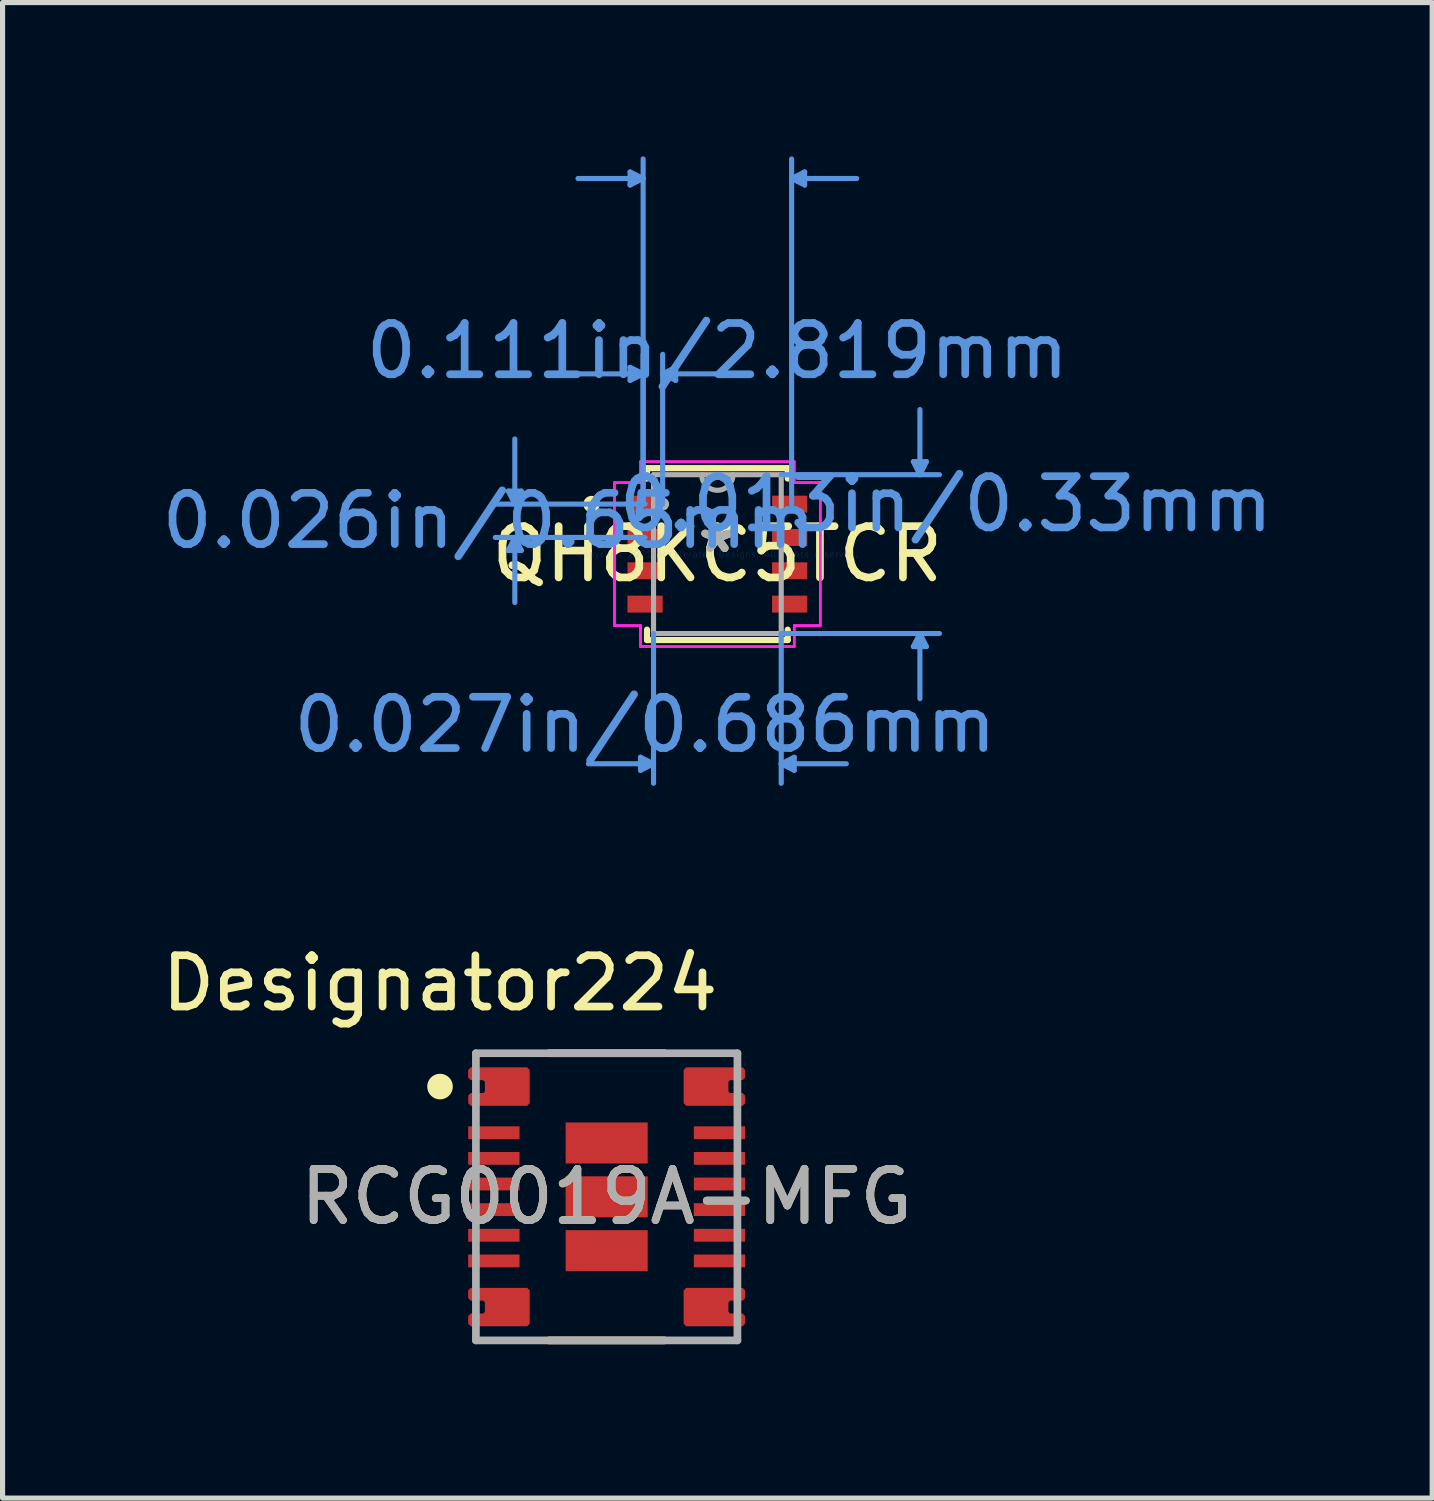
<source format=kicad_pcb>
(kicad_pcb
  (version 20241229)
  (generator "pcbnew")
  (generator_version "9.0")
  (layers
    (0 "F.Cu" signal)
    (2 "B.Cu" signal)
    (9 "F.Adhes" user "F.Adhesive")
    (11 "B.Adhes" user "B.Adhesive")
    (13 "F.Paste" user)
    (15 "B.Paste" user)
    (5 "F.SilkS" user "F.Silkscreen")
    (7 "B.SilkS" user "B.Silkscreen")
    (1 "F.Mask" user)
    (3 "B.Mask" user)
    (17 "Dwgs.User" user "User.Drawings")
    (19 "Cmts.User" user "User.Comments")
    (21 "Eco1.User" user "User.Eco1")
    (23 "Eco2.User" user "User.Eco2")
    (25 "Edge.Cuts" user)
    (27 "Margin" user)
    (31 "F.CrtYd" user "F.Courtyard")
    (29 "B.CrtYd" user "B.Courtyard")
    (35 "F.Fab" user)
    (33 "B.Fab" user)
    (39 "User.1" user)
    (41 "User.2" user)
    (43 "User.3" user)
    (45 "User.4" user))
  (footprint "RCG0019A-MFG"
    (layer "F.Cu")
    (at 8.781 20.29)
    (property "Reference" "RCG0019A-MFG" (at 0 0 0) (unlocked yes) (layer "F.SilkS") (effects (font (size 1 1) (thickness 0.15))))
    (attr smd)
    (fp_poly (pts (xy -2.65 -1.775) (xy -2.7 -1.825) (xy -2.7 -1.975) (xy -2.65 -2.025) (xy -2.402 -2.025) (xy -2.375 -2.059) (xy -2.375 -2.242) (xy -2.408 -2.275) (xy -2.651 -2.275) (xy -2.701 -2.325) (xy -2.701 -2.475) (xy -2.651 -2.525) (xy -1.551 -2.525) (xy -1.501 -2.475) (xy -1.501 -1.825) (xy -1.551 -1.775)) (stroke (width 0) (type solid)) (fill yes) (layer "F.Cu"))
    (fp_poly (pts (xy -2.65 2.525) (xy -2.7 2.475) (xy -2.7 2.325) (xy -2.65 2.275) (xy -2.402 2.275) (xy -2.375 2.241) (xy -2.375 2.058) (xy -2.408 2.025) (xy -2.651 2.025) (xy -2.701 1.975) (xy -2.701 1.825) (xy -2.651 1.775) (xy -1.551 1.775) (xy -1.501 1.825) (xy -1.501 2.475) (xy -1.551 2.525)) (stroke (width 0) (type solid)) (fill yes) (layer "F.Cu"))
    (fp_poly (pts (xy 2.65 -1.775) (xy 2.7 -1.825) (xy 2.7 -1.975) (xy 2.65 -2.025) (xy 2.402 -2.025) (xy 2.375 -2.059) (xy 2.375 -2.242) (xy 2.408 -2.275) (xy 2.651 -2.275) (xy 2.701 -2.325) (xy 2.701 -2.475) (xy 2.651 -2.525) (xy 1.551 -2.525) (xy 1.501 -2.475) (xy 1.501 -1.825) (xy 1.551 -1.775)) (stroke (width 0) (type solid)) (fill yes) (layer "F.Cu"))
    (fp_poly (pts (xy 2.65 2.525) (xy 2.7 2.475) (xy 2.7 2.325) (xy 2.65 2.275) (xy 2.402 2.275) (xy 2.375 2.241) (xy 2.375 2.058) (xy 2.408 2.025) (xy 2.651 2.025) (xy 2.701 1.975) (xy 2.701 1.825) (xy 2.651 1.775) (xy 1.551 1.775) (xy 1.501 1.825) (xy 1.501 2.475) (xy 1.551 2.525)) (stroke (width 0) (type solid)) (fill yes) (layer "F.Cu"))
    (fp_poly (pts (xy -2.65 -1.775) (xy -2.7 -1.825) (xy -2.7 -1.975) (xy -2.65 -2.025) (xy -2.402 -2.025) (xy -2.375 -2.059) (xy -2.375 -2.242) (xy -2.408 -2.275) (xy -2.651 -2.275) (xy -2.701 -2.325) (xy -2.701 -2.475) (xy -2.651 -2.525) (xy -1.551 -2.525) (xy -1.501 -2.475) (xy -1.501 -1.825) (xy -1.551 -1.775)) (stroke (width 0) (type solid)) (fill yes) (layer "F.Mask"))
    (fp_poly (pts (xy -2.65 2.525) (xy -2.7 2.475) (xy -2.7 2.325) (xy -2.65 2.275) (xy -2.402 2.275) (xy -2.375 2.241) (xy -2.375 2.058) (xy -2.408 2.025) (xy -2.651 2.025) (xy -2.701 1.975) (xy -2.701 1.825) (xy -2.651 1.775) (xy -1.551 1.775) (xy -1.501 1.825) (xy -1.501 2.475) (xy -1.551 2.525)) (stroke (width 0) (type solid)) (fill yes) (layer "F.Mask"))
    (fp_poly (pts (xy 2.65 -1.775) (xy 2.7 -1.825) (xy 2.7 -1.975) (xy 2.65 -2.025) (xy 2.402 -2.025) (xy 2.375 -2.059) (xy 2.375 -2.242) (xy 2.408 -2.275) (xy 2.651 -2.275) (xy 2.701 -2.325) (xy 2.701 -2.475) (xy 2.651 -2.525) (xy 1.551 -2.525) (xy 1.501 -2.475) (xy 1.501 -1.825) (xy 1.551 -1.775)) (stroke (width 0) (type solid)) (fill yes) (layer "F.Mask"))
    (fp_poly (pts (xy 2.65 2.525) (xy 2.7 2.475) (xy 2.7 2.325) (xy 2.65 2.275) (xy 2.402 2.275) (xy 2.375 2.241) (xy 2.375 2.058) (xy 2.408 2.025) (xy 2.651 2.025) (xy 2.701 1.975) (xy 2.701 1.825) (xy 2.651 1.775) (xy 1.551 1.775) (xy 1.501 1.825) (xy 1.501 2.475) (xy 1.551 2.525)) (stroke (width 0) (type solid)) (fill yes) (layer "F.Mask"))
    (fp_line (start -1.126 -2.8) (end 1.126 -2.8) (stroke (width 0.15) (type solid)) (layer "F.SilkS"))
    (fp_line (start -1.126 2.8) (end 1.126 2.8) (stroke (width 0.15) (type solid)) (layer "F.SilkS"))
    (fp_circle (center -3.25 -2.15) (end -3.125 -2.15) (stroke (width 0.25) (type solid)) (fill no) (layer "F.SilkS"))
    (fp_poly (pts (xy -0.685 0.38) (xy -0.735 0.33) (xy -0.735 -0.33) (xy -0.685 -0.38) (xy 0.685 -0.38) (xy 0.735 -0.33) (xy 0.735 0.33) (xy 0.685 0.38)) (stroke (width 0) (type solid)) (fill yes) (layer "F.Paste"))
    (fp_poly (pts (xy 0.685 0.67) (xy 0.735 0.72) (xy 0.735 1.38) (xy 0.685 1.43) (xy -0.685 1.43) (xy -0.735 1.38) (xy -0.735 0.72) (xy -0.685 0.67)) (stroke (width 0) (type solid)) (fill yes) (layer "F.Paste"))
    (fp_poly (pts (xy 0.735 -0.72) (xy 0.685 -0.67) (xy -0.685 -0.67) (xy -0.735 -0.72) (xy -0.735 -1.38) (xy -0.685 -1.43) (xy 0.685 -1.43) (xy 0.735 -1.38)) (stroke (width 0) (type solid)) (fill yes) (layer "F.Paste"))
    (fp_poly (pts (xy -2.65 -1.775) (xy -2.7 -1.825) (xy -2.7 -1.975) (xy -2.65 -2.025) (xy -2.077 -2.025) (xy -2.05 -2.059) (xy -2.05 -2.242) (xy -2.083 -2.275) (xy -2.651 -2.275) (xy -2.701 -2.325) (xy -2.701 -2.475) (xy -2.651 -2.525) (xy -1.551 -2.525) (xy -1.501 -2.475) (xy -1.501 -1.825) (xy -1.551 -1.775)) (stroke (width 0) (type solid)) (fill yes) (layer "F.Paste"))
    (fp_poly (pts (xy -2.65 2.525) (xy -2.7 2.475) (xy -2.7 2.325) (xy -2.65 2.275) (xy -2.077 2.275) (xy -2.05 2.241) (xy -2.05 2.058) (xy -2.083 2.025) (xy -2.651 2.025) (xy -2.701 1.975) (xy -2.701 1.825) (xy -2.651 1.775) (xy -1.551 1.775) (xy -1.501 1.825) (xy -1.501 2.475) (xy -1.551 2.525)) (stroke (width 0) (type solid)) (fill yes) (layer "F.Paste"))
    (fp_poly (pts (xy 2.65 -1.775) (xy 2.7 -1.825) (xy 2.7 -1.975) (xy 2.65 -2.025) (xy 2.077 -2.025) (xy 2.05 -2.059) (xy 2.05 -2.242) (xy 2.083 -2.275) (xy 2.651 -2.275) (xy 2.701 -2.325) (xy 2.701 -2.475) (xy 2.651 -2.525) (xy 1.551 -2.525) (xy 1.501 -2.475) (xy 1.501 -1.825) (xy 1.551 -1.775)) (stroke (width 0) (type solid)) (fill yes) (layer "F.Paste"))
    (fp_poly (pts (xy 2.65 2.525) (xy 2.7 2.475) (xy 2.7 2.325) (xy 2.65 2.275) (xy 2.077 2.275) (xy 2.05 2.241) (xy 2.05 2.058) (xy 2.083 2.025) (xy 2.651 2.025) (xy 2.701 1.975) (xy 2.701 1.825) (xy 2.651 1.775) (xy 1.551 1.775) (xy 1.501 1.825) (xy 1.501 2.475) (xy 1.551 2.525)) (stroke (width 0) (type solid)) (fill yes) (layer "F.Paste"))
    (fp_line (start -2.55 -2.8) (end 2.55 -2.8) (stroke (width 0.15) (type solid)) (layer "F.Fab"))
    (fp_line (start -2.55 2.8) (end -2.55 -2.8) (stroke (width 0.15) (type solid)) (layer "F.Fab"))
    (fp_line (start -2.55 2.8) (end 2.55 2.8) (stroke (width 0.15) (type solid)) (layer "F.Fab"))
    (fp_line (start 2.55 2.8) (end 2.55 -2.8) (stroke (width 0.15) (type solid)) (layer "F.Fab"))
    (fp_text user "Designator224" (at -3.251 -4.166 0) (unlocked yes) (layer "F.SilkS") (effects (font (size 1 1) (thickness 0.15))))
    (fp_text user "${REFERENCE}" (at 0 0 0) (unlocked yes) (layer "F.Fab") (effects (font (size 1 1) (thickness 0.15))))
    (pad "1" smd circle (at -2.057 -2.15) (size 0.573 0.573) (layers "F.Cu" "F.Mask"))
    (pad "2" smd rect (at -2.2 -1.25) (size 1 0.25) (layers "F.Cu" "F.Mask" "F.Paste"))
    (pad "3" smd rect (at -2.2 -0.75) (size 1 0.25) (layers "F.Cu" "F.Mask" "F.Paste"))
    (pad "4" smd rect (at -2.2 -0.25) (size 1 0.25) (layers "F.Cu" "F.Mask" "F.Paste"))
    (pad "5" smd rect (at -2.2 0.25) (size 1 0.25) (layers "F.Cu" "F.Mask" "F.Paste"))
    (pad "6" smd rect (at -2.2 0.75) (size 1 0.25) (layers "F.Cu" "F.Mask" "F.Paste"))
    (pad "7" smd rect (at -2.2 1.25) (size 1 0.25) (layers "F.Cu" "F.Mask" "F.Paste"))
    (pad "8" smd circle (at -2.057 2.15) (size 0.573 0.573) (layers "F.Cu" "F.Mask"))
    (pad "9" smd circle (at 1.876 2.15) (size 0.675 0.675) (layers "F.Cu" "F.Mask"))
    (pad "10" smd rect (at 2.2 1.25) (size 1 0.25) (layers "F.Cu" "F.Mask" "F.Paste"))
    (pad "11" smd rect (at 2.2 0.75) (size 1 0.25) (layers "F.Cu" "F.Mask" "F.Paste"))
    (pad "12" smd rect (at 2.2 0.25) (size 1 0.25) (layers "F.Cu" "F.Mask" "F.Paste"))
    (pad "13" smd rect (at 2.2 -0.25) (size 1 0.25) (layers "F.Cu" "F.Mask" "F.Paste"))
    (pad "14" smd rect (at 2.2 -0.75) (size 1 0.25) (layers "F.Cu" "F.Mask" "F.Paste"))
    (pad "15" smd rect (at 2.2 -1.25) (size 1 0.25) (layers "F.Cu" "F.Mask" "F.Paste"))
    (pad "16" smd circle (at 1.876 -2.15) (size 0.675 0.675) (layers "F.Cu" "F.Mask"))
    (pad "17" smd rect (at 0 -1.05) (size 1.6 0.8) (layers "F.Cu" "F.Mask"))
    (pad "18" smd rect (at 0 0) (size 1.6 0.8) (layers "F.Cu" "F.Mask"))
    (pad "19" smd rect (at 0 1.05) (size 1.6 0.8) (layers "F.Cu" "F.Mask")))
  (footprint "QH8KC5TCR"
    (layer "F.Cu")
    (at 10.94 7.756)
    (property "Reference" "QH8KC5TCR" (at 0 0 0) (layer "F.SilkS") (effects (font (size 1 1) (thickness 0.15))))
    (attr smd)
    (fp_line (start -1.372 -1.676) (end -1.372 -1.473) (stroke (width 0.12) (type solid)) (layer "F.SilkS"))
    (fp_line (start -1.372 1.473) (end -1.372 1.676) (stroke (width 0.12) (type solid)) (layer "F.SilkS"))
    (fp_line (start -1.372 1.676) (end 1.372 1.676) (stroke (width 0.12) (type solid)) (layer "F.SilkS"))
    (fp_line (start 1.372 -1.676) (end -1.372 -1.676) (stroke (width 0.12) (type solid)) (layer "F.SilkS"))
    (fp_line (start 1.372 -1.473) (end 1.372 -1.676) (stroke (width 0.12) (type solid)) (layer "F.SilkS"))
    (fp_line (start 1.372 1.676) (end 1.372 1.473) (stroke (width 0.12) (type solid)) (layer "F.SilkS"))
    (fp_circle (center -2.453 -0.975) (end -2.352 -0.975) (stroke (width 0.12) (type solid)) (fill no) (layer "F.SilkS"))
    (fp_line (start -4.077 -1.229) (end -3.823 -1.229) (stroke (width 0.1) (type solid)) (layer "Cmts.User"))
    (fp_line (start -4.077 -0.071) (end -3.823 -0.071) (stroke (width 0.1) (type solid)) (layer "Cmts.User"))
    (fp_line (start -3.95 -0.975) (end -4.077 -1.229) (stroke (width 0.1) (type solid)) (layer "Cmts.User"))
    (fp_line (start -3.95 -0.975) (end -3.95 -2.245) (stroke (width 0.1) (type solid)) (layer "Cmts.User"))
    (fp_line (start -3.95 -0.975) (end -3.823 -1.229) (stroke (width 0.1) (type solid)) (layer "Cmts.User"))
    (fp_line (start -3.95 -0.325) (end -4.077 -0.071) (stroke (width 0.1) (type solid)) (layer "Cmts.User"))
    (fp_line (start -3.95 -0.325) (end -3.95 0.945) (stroke (width 0.1) (type solid)) (layer "Cmts.User"))
    (fp_line (start -3.95 -0.325) (end -3.823 -0.071) (stroke (width 0.1) (type solid)) (layer "Cmts.User"))
    (fp_line (start -1.702 -7.452) (end -1.702 -7.198) (stroke (width 0.1) (type solid)) (layer "Cmts.User"))
    (fp_line (start -1.702 -3.642) (end -1.702 -3.388) (stroke (width 0.1) (type solid)) (layer "Cmts.User"))
    (fp_line (start -1.499 3.962) (end -1.499 4.216) (stroke (width 0.1) (type solid)) (layer "Cmts.User"))
    (fp_line (start -1.448 -7.325) (end -2.718 -7.325) (stroke (width 0.1) (type solid)) (layer "Cmts.User"))
    (fp_line (start -1.448 -7.325) (end -1.702 -7.452) (stroke (width 0.1) (type solid)) (layer "Cmts.User"))
    (fp_line (start -1.448 -7.325) (end -1.702 -7.198) (stroke (width 0.1) (type solid)) (layer "Cmts.User"))
    (fp_line (start -1.448 -3.515) (end -2.718 -3.515) (stroke (width 0.1) (type solid)) (layer "Cmts.User"))
    (fp_line (start -1.448 -3.515) (end -1.702 -3.642) (stroke (width 0.1) (type solid)) (layer "Cmts.User"))
    (fp_line (start -1.448 -3.515) (end -1.702 -3.388) (stroke (width 0.1) (type solid)) (layer "Cmts.User"))
    (fp_line (start -1.448 -0.975) (end -1.448 -7.706) (stroke (width 0.1) (type solid)) (layer "Cmts.User"))
    (fp_line (start -1.448 -0.975) (end -1.448 -3.896) (stroke (width 0.1) (type solid)) (layer "Cmts.User"))
    (fp_line (start -1.41 -0.975) (end -4.331 -0.975) (stroke (width 0.1) (type solid)) (layer "Cmts.User"))
    (fp_line (start -1.41 -0.325) (end -4.331 -0.325) (stroke (width 0.1) (type solid)) (layer "Cmts.User"))
    (fp_line (start -1.245 1.549) (end -1.245 4.47) (stroke (width 0.1) (type solid)) (layer "Cmts.User"))
    (fp_line (start -1.245 4.089) (end -2.515 4.089) (stroke (width 0.1) (type solid)) (layer "Cmts.User"))
    (fp_line (start -1.245 4.089) (end -1.499 3.962) (stroke (width 0.1) (type solid)) (layer "Cmts.User"))
    (fp_line (start -1.245 4.089) (end -1.499 4.216) (stroke (width 0.1) (type solid)) (layer "Cmts.User"))
    (fp_line (start -1.067 -3.515) (end -0.813 -3.642) (stroke (width 0.1) (type solid)) (layer "Cmts.User"))
    (fp_line (start -1.067 -3.515) (end -0.813 -3.388) (stroke (width 0.1) (type solid)) (layer "Cmts.User"))
    (fp_line (start -1.067 -3.515) (end 0.203 -3.515) (stroke (width 0.1) (type solid)) (layer "Cmts.User"))
    (fp_line (start -1.067 -0.975) (end -1.067 -3.896) (stroke (width 0.1) (type solid)) (layer "Cmts.User"))
    (fp_line (start -0.813 -3.642) (end -0.813 -3.388) (stroke (width 0.1) (type solid)) (layer "Cmts.User"))
    (fp_line (start 1.245 -1.549) (end 4.331 -1.549) (stroke (width 0.1) (type solid)) (layer "Cmts.User"))
    (fp_line (start 1.245 1.549) (end 1.245 4.47) (stroke (width 0.1) (type solid)) (layer "Cmts.User"))
    (fp_line (start 1.245 1.549) (end 4.331 1.549) (stroke (width 0.1) (type solid)) (layer "Cmts.User"))
    (fp_line (start 1.245 4.089) (end 1.499 3.962) (stroke (width 0.1) (type solid)) (layer "Cmts.User"))
    (fp_line (start 1.245 4.089) (end 1.499 4.216) (stroke (width 0.1) (type solid)) (layer "Cmts.User"))
    (fp_line (start 1.245 4.089) (end 2.515 4.089) (stroke (width 0.1) (type solid)) (layer "Cmts.User"))
    (fp_line (start 1.448 -7.325) (end 1.702 -7.452) (stroke (width 0.1) (type solid)) (layer "Cmts.User"))
    (fp_line (start 1.448 -7.325) (end 1.702 -7.198) (stroke (width 0.1) (type solid)) (layer "Cmts.User"))
    (fp_line (start 1.448 -7.325) (end 2.718 -7.325) (stroke (width 0.1) (type solid)) (layer "Cmts.User"))
    (fp_line (start 1.448 -0.975) (end 1.448 -7.706) (stroke (width 0.1) (type solid)) (layer "Cmts.User"))
    (fp_line (start 1.499 3.962) (end 1.499 4.216) (stroke (width 0.1) (type solid)) (layer "Cmts.User"))
    (fp_line (start 1.702 -7.452) (end 1.702 -7.198) (stroke (width 0.1) (type solid)) (layer "Cmts.User"))
    (fp_line (start 3.823 -1.803) (end 4.077 -1.803) (stroke (width 0.1) (type solid)) (layer "Cmts.User"))
    (fp_line (start 3.823 1.803) (end 4.077 1.803) (stroke (width 0.1) (type solid)) (layer "Cmts.User"))
    (fp_line (start 3.95 -1.549) (end 3.823 -1.803) (stroke (width 0.1) (type solid)) (layer "Cmts.User"))
    (fp_line (start 3.95 -1.549) (end 3.95 -2.819) (stroke (width 0.1) (type solid)) (layer "Cmts.User"))
    (fp_line (start 3.95 -1.549) (end 4.077 -1.803) (stroke (width 0.1) (type solid)) (layer "Cmts.User"))
    (fp_line (start 3.95 1.549) (end 3.823 1.803) (stroke (width 0.1) (type solid)) (layer "Cmts.User"))
    (fp_line (start 3.95 1.549) (end 3.95 2.819) (stroke (width 0.1) (type solid)) (layer "Cmts.User"))
    (fp_line (start 3.95 1.549) (end 4.077 1.803) (stroke (width 0.1) (type solid)) (layer "Cmts.User"))
    (fp_line (start -2.007 -1.394) (end -1.499 -1.394) (stroke (width 0.05) (type solid)) (layer "F.CrtYd"))
    (fp_line (start -2.007 -1.394) (end -1.499 -1.394) (stroke (width 0.05) (type solid)) (layer "F.CrtYd"))
    (fp_line (start -2.007 1.394) (end -2.007 -1.394) (stroke (width 0.05) (type solid)) (layer "F.CrtYd"))
    (fp_line (start -2.007 1.394) (end -2.007 -1.394) (stroke (width 0.05) (type solid)) (layer "F.CrtYd"))
    (fp_line (start -2.007 1.394) (end -1.499 1.394) (stroke (width 0.05) (type solid)) (layer "F.CrtYd"))
    (fp_line (start -1.499 -1.803) (end 1.499 -1.803) (stroke (width 0.05) (type solid)) (layer "F.CrtYd"))
    (fp_line (start -1.499 -1.803) (end 1.499 -1.803) (stroke (width 0.05) (type solid)) (layer "F.CrtYd"))
    (fp_line (start -1.499 -1.394) (end -1.499 -1.803) (stroke (width 0.05) (type solid)) (layer "F.CrtYd"))
    (fp_line (start -1.499 -1.394) (end -1.499 -1.803) (stroke (width 0.05) (type solid)) (layer "F.CrtYd"))
    (fp_line (start -1.499 1.394) (end -2.007 1.394) (stroke (width 0.05) (type solid)) (layer "F.CrtYd"))
    (fp_line (start -1.499 1.803) (end -1.499 1.394) (stroke (width 0.05) (type solid)) (layer "F.CrtYd"))
    (fp_line (start -1.499 1.803) (end -1.499 1.394) (stroke (width 0.05) (type solid)) (layer "F.CrtYd"))
    (fp_line (start 1.499 -1.803) (end 1.499 -1.394) (stroke (width 0.05) (type solid)) (layer "F.CrtYd"))
    (fp_line (start 1.499 -1.803) (end 1.499 -1.394) (stroke (width 0.05) (type solid)) (layer "F.CrtYd"))
    (fp_line (start 1.499 -1.394) (end 2.007 -1.394) (stroke (width 0.05) (type solid)) (layer "F.CrtYd"))
    (fp_line (start 1.499 1.394) (end 1.499 1.803) (stroke (width 0.05) (type solid)) (layer "F.CrtYd"))
    (fp_line (start 1.499 1.394) (end 1.499 1.803) (stroke (width 0.05) (type solid)) (layer "F.CrtYd"))
    (fp_line (start 1.499 1.803) (end -1.499 1.803) (stroke (width 0.05) (type solid)) (layer "F.CrtYd"))
    (fp_line (start 1.499 1.803) (end -1.499 1.803) (stroke (width 0.05) (type solid)) (layer "F.CrtYd"))
    (fp_line (start 2.007 -1.394) (end 1.499 -1.394) (stroke (width 0.05) (type solid)) (layer "F.CrtYd"))
    (fp_line (start 2.007 -1.394) (end 2.007 1.394) (stroke (width 0.05) (type solid)) (layer "F.CrtYd"))
    (fp_line (start 2.007 -1.394) (end 2.007 1.394) (stroke (width 0.05) (type solid)) (layer "F.CrtYd"))
    (fp_line (start 2.007 1.394) (end 1.499 1.394) (stroke (width 0.05) (type solid)) (layer "F.CrtYd"))
    (fp_line (start 2.007 1.394) (end 1.499 1.394) (stroke (width 0.05) (type solid)) (layer "F.CrtYd"))
    (fp_line (start -1.245 -1.549) (end -1.245 1.549) (stroke (width 0.1) (type solid)) (layer "F.Fab"))
    (fp_line (start -1.245 1.549) (end 1.245 1.549) (stroke (width 0.1) (type solid)) (layer "F.Fab"))
    (fp_line (start 1.245 -1.549) (end -1.245 -1.549) (stroke (width 0.1) (type solid)) (layer "F.Fab"))
    (fp_line (start 1.245 1.549) (end 1.245 -1.549) (stroke (width 0.1) (type solid)) (layer "F.Fab"))
    (fp_arc (start 0.3048 -1.5494) (mid 0 -1.2446) (end -0.3048 -1.5494) (stroke (width 0.1) (type solid)) (layer "F.Fab"))
    (fp_circle (center -1.067 -0.975) (end -0.991 -0.975) (stroke (width 0.1) (type solid)) (fill no) (layer "F.Fab"))
    (fp_text user "*" (at 0 0 0) (layer "F.SilkS") (effects (font (size 1 1) (thickness 0.15))))
    (fp_text user "0.027in/0.686mm" (at -1.41 3.327 0) (layer "Cmts.User") (effects (font (size 1 1) (thickness 0.15))))
    (fp_text user "0.026in/0.65mm" (at -4.458 -0.65 0) (layer "Cmts.User") (effects (font (size 1 1) (thickness 0.15))))
    (fp_text user "0.111in/2.819mm" (at 0 -3.962 0) (layer "Cmts.User") (effects (font (size 1 1) (thickness 0.15))))
    (fp_text user "0.013in/0.33mm" (at 4.458 -0.975 0) (layer "Cmts.User") (effects (font (size 1 1) (thickness 0.15))))
    (fp_text user "Copyright 2021 Accelerated Designs. All rights reserved." (at 0 0 0) (layer "Cmts.User") (effects (font (size 0.127 0.127) (thickness 0.002))))
    (fp_text user "*" (at 0 0 0) (layer "F.Fab") (effects (font (size 1 1) (thickness 0.15))))
    (pad "1" smd rect (at -1.41 -0.975) (size 0.686 0.33) (layers "F.Cu" "F.Mask" "F.Paste"))
    (pad "2" smd rect (at -1.41 -0.325) (size 0.686 0.33) (layers "F.Cu" "F.Mask" "F.Paste"))
    (pad "3" smd rect (at -1.41 0.325) (size 0.686 0.33) (layers "F.Cu" "F.Mask" "F.Paste"))
    (pad "4" smd rect (at -1.41 0.975) (size 0.686 0.33) (layers "F.Cu" "F.Mask" "F.Paste"))
    (pad "5" smd rect (at 1.41 0.975) (size 0.686 0.33) (layers "F.Cu" "F.Mask" "F.Paste"))
    (pad "6" smd rect (at 1.41 0.325) (size 0.686 0.33) (layers "F.Cu" "F.Mask" "F.Paste"))
    (pad "7" smd rect (at 1.41 -0.325) (size 0.686 0.33) (layers "F.Cu" "F.Mask" "F.Paste"))
    (pad "8" smd rect (at 1.41 -0.975) (size 0.686 0.33) (layers "F.Cu" "F.Mask" "F.Paste")))
  (gr_rect
    (start -3 -3)
    (end 24.88 26.165)
    (stroke (width 0.1) (type default))
    (fill no)
    (layer "Edge.Cuts")))
</source>
